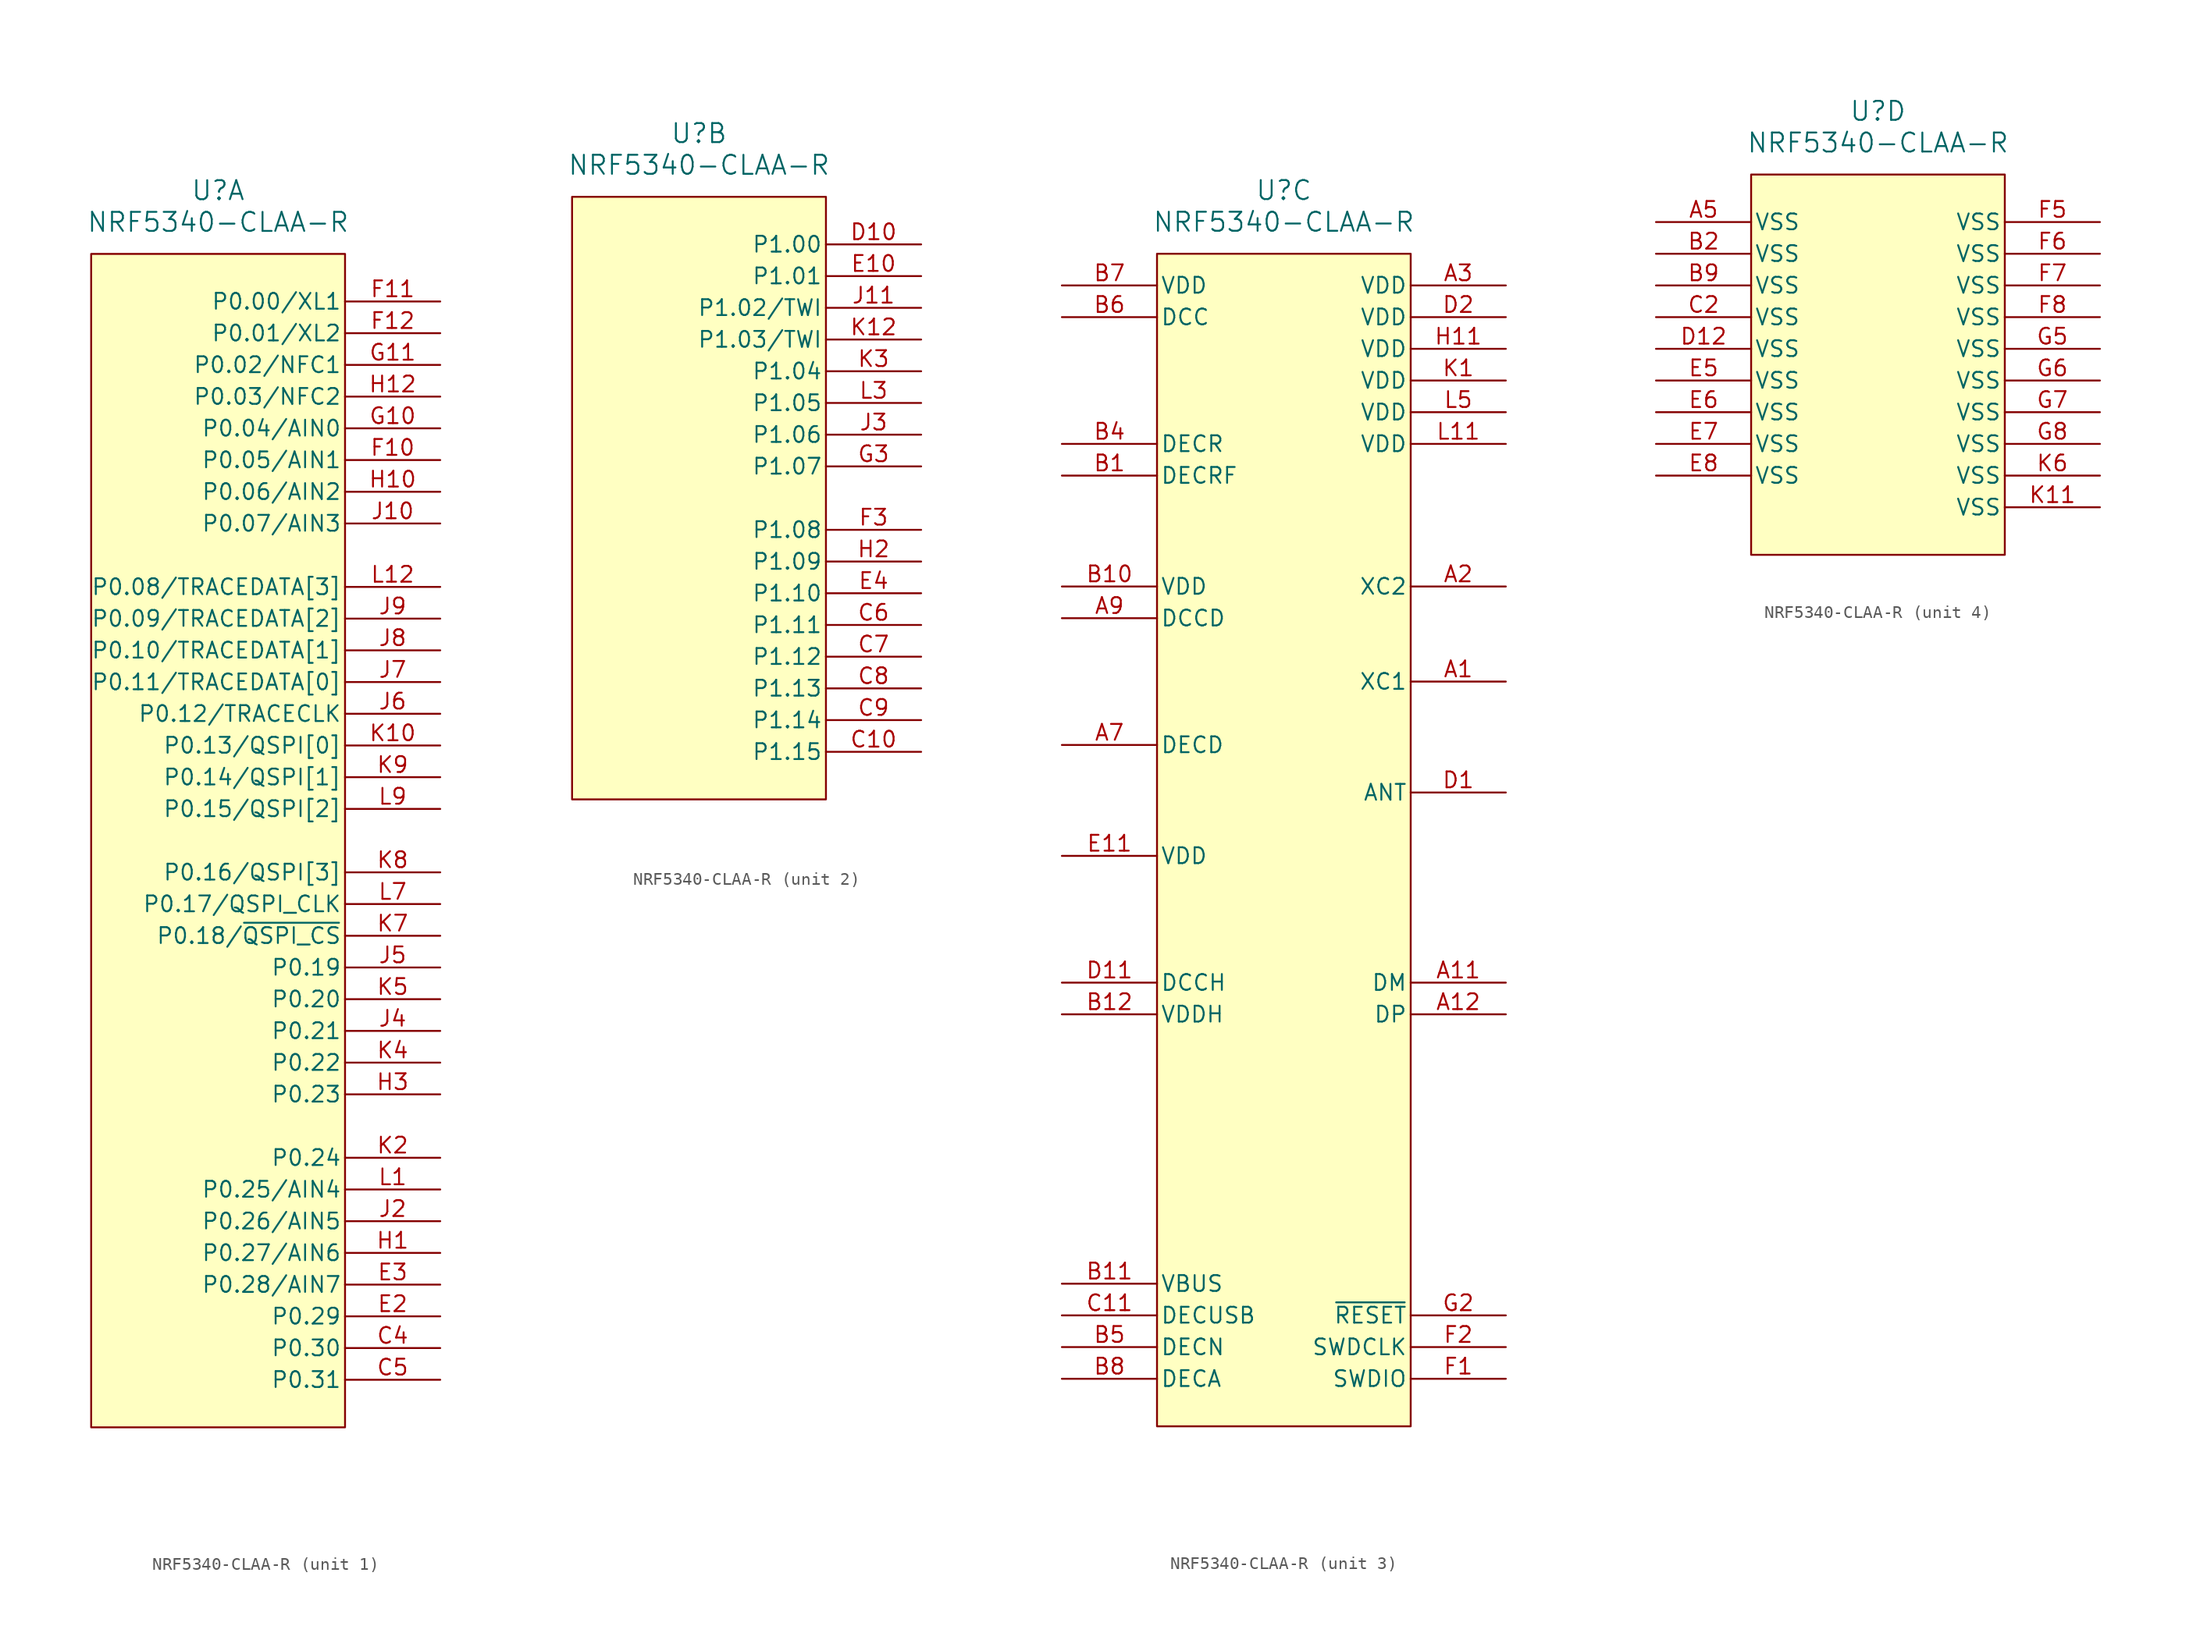
<source format=kicad_sym>
(kicad_symbol_lib
  (version 20220914)
  (generator kicad_symbol_editor)
  (symbol "NRF5340-CLAA-R"
    (pin_names
      (offset 0.254))
    (property "Reference" "U"
      (at 0 52.07 0)
      (do_not_autoplace)
      (effects (font (size 1.524 1.524))))
    (property "Value" "NRF5340-CLAA-R"
      (at 0 49.53 0)
      (do_not_autoplace)
      (effects (font (size 1.524 1.524))))
    (property "ki_locked" ""
      (at 0 0 0)
      (effects (font (size 1.27 1.27))))
    (symbol "NRF5340-CLAA-R_1_1"
      (rectangle (start -10.16 46.99) (end 10.16 -46.99) (stroke (width 0) (type default)) (fill (type background)))
      (pin bidirectional line (at 17.78 -40.64 180) (length 7.62) (name "P0.30" (effects (font (size 1.27 1.27)))) (number "C4" (effects (font (size 1.27 1.27)))))
      (pin bidirectional line (at 17.78 -43.18 180) (length 7.62) (name "P0.31" (effects (font (size 1.27 1.27)))) (number "C5" (effects (font (size 1.27 1.27)))))
      (pin bidirectional line (at 17.78 -38.1 180) (length 7.62) (name "P0.29" (effects (font (size 1.27 1.27)))) (number "E2" (effects (font (size 1.27 1.27)))))
      (pin bidirectional line (at 17.78 -35.56 180) (length 7.62) (name "P0.28/AIN7" (effects (font (size 1.27 1.27)))) (number "E3" (effects (font (size 1.27 1.27)))))
      (pin bidirectional line (at 17.78 30.48 180) (length 7.62) (name "P0.05/AIN1" (effects (font (size 1.27 1.27)))) (number "F10" (effects (font (size 1.27 1.27)))))
      (pin bidirectional line (at 17.78 43.18 180) (length 7.62) (name "P0.00/XL1" (effects (font (size 1.27 1.27)))) (number "F11" (effects (font (size 1.27 1.27)))))
      (pin bidirectional line (at 17.78 40.64 180) (length 7.62) (name "P0.01/XL2" (effects (font (size 1.27 1.27)))) (number "F12" (effects (font (size 1.27 1.27)))))
      (pin bidirectional line (at 17.78 33.02 180) (length 7.62) (name "P0.04/AIN0" (effects (font (size 1.27 1.27)))) (number "G10" (effects (font (size 1.27 1.27)))))
      (pin bidirectional line (at 17.78 38.1 180) (length 7.62) (name "P0.02/NFC1" (effects (font (size 1.27 1.27)))) (number "G11" (effects (font (size 1.27 1.27)))))
      (pin bidirectional line (at 17.78 -33.02 180) (length 7.62) (name "P0.27/AIN6" (effects (font (size 1.27 1.27)))) (number "H1" (effects (font (size 1.27 1.27)))))
      (pin bidirectional line (at 17.78 27.94 180) (length 7.62) (name "P0.06/AIN2" (effects (font (size 1.27 1.27)))) (number "H10" (effects (font (size 1.27 1.27)))))
      (pin bidirectional line (at 17.78 35.56 180) (length 7.62) (name "P0.03/NFC2" (effects (font (size 1.27 1.27)))) (number "H12" (effects (font (size 1.27 1.27)))))
      (pin bidirectional line (at 17.78 -20.32 180) (length 7.62) (name "P0.23" (effects (font (size 1.27 1.27)))) (number "H3" (effects (font (size 1.27 1.27)))))
      (pin bidirectional line (at 17.78 25.4 180) (length 7.62) (name "P0.07/AIN3" (effects (font (size 1.27 1.27)))) (number "J10" (effects (font (size 1.27 1.27)))))
      (pin bidirectional line (at 17.78 -30.48 180) (length 7.62) (name "P0.26/AIN5" (effects (font (size 1.27 1.27)))) (number "J2" (effects (font (size 1.27 1.27)))))
      (pin bidirectional line (at 17.78 -15.24 180) (length 7.62) (name "P0.21" (effects (font (size 1.27 1.27)))) (number "J4" (effects (font (size 1.27 1.27)))))
      (pin bidirectional line (at 17.78 -10.16 180) (length 7.62) (name "P0.19" (effects (font (size 1.27 1.27)))) (number "J5" (effects (font (size 1.27 1.27)))))
      (pin bidirectional line (at 17.78 10.16 180) (length 7.62) (name "P0.12/TRACECLK" (effects (font (size 1.27 1.27)))) (number "J6" (effects (font (size 1.27 1.27)))))
      (pin bidirectional line (at 17.78 12.7 180) (length 7.62) (name "P0.11/TRACEDATA[0]" (effects (font (size 1.27 1.27)))) (number "J7" (effects (font (size 1.27 1.27)))))
      (pin bidirectional line (at 17.78 15.24 180) (length 7.62) (name "P0.10/TRACEDATA[1]" (effects (font (size 1.27 1.27)))) (number "J8" (effects (font (size 1.27 1.27)))))
      (pin bidirectional line (at 17.78 17.78 180) (length 7.62) (name "P0.09/TRACEDATA[2]" (effects (font (size 1.27 1.27)))) (number "J9" (effects (font (size 1.27 1.27)))))
      (pin bidirectional line (at 17.78 7.62 180) (length 7.62) (name "P0.13/QSPI[0]" (effects (font (size 1.27 1.27)))) (number "K10" (effects (font (size 1.27 1.27)))))
      (pin bidirectional line (at 17.78 -25.4 180) (length 7.62) (name "P0.24" (effects (font (size 1.27 1.27)))) (number "K2" (effects (font (size 1.27 1.27)))))
      (pin bidirectional line (at 17.78 -17.78 180) (length 7.62) (name "P0.22" (effects (font (size 1.27 1.27)))) (number "K4" (effects (font (size 1.27 1.27)))))
      (pin bidirectional line (at 17.78 -12.7 180) (length 7.62) (name "P0.20" (effects (font (size 1.27 1.27)))) (number "K5" (effects (font (size 1.27 1.27)))))
      (pin bidirectional line (at 17.78 -7.62 180) (length 7.62) (name "P0.18/~{QSPI_CS}" (effects (font (size 1.27 1.27)))) (number "K7" (effects (font (size 1.27 1.27)))))
      (pin bidirectional line (at 17.78 -2.54 180) (length 7.62) (name "P0.16/QSPI[3]" (effects (font (size 1.27 1.27)))) (number "K8" (effects (font (size 1.27 1.27)))))
      (pin bidirectional line (at 17.78 5.08 180) (length 7.62) (name "P0.14/QSPI[1]" (effects (font (size 1.27 1.27)))) (number "K9" (effects (font (size 1.27 1.27)))))
      (pin bidirectional line (at 17.78 -27.94 180) (length 7.62) (name "P0.25/AIN4" (effects (font (size 1.27 1.27)))) (number "L1" (effects (font (size 1.27 1.27)))))
      (pin bidirectional line (at 17.78 20.32 180) (length 7.62) (name "P0.08/TRACEDATA[3]" (effects (font (size 1.27 1.27)))) (number "L12" (effects (font (size 1.27 1.27)))))
      (pin bidirectional line (at 17.78 -5.08 180) (length 7.62) (name "P0.17/QSPI_CLK" (effects (font (size 1.27 1.27)))) (number "L7" (effects (font (size 1.27 1.27)))))
      (pin bidirectional line (at 17.78 2.54 180) (length 7.62) (name "P0.15/QSPI[2]" (effects (font (size 1.27 1.27)))) (number "L9" (effects (font (size 1.27 1.27))))))
    (symbol "NRF5340-CLAA-R_2_1"
      (rectangle (start -10.16 46.99) (end 10.16 -1.27) (stroke (width 0) (type default)) (fill (type background)))
      (pin bidirectional line (at 17.78 2.54 180) (length 7.62) (name "P1.15" (effects (font (size 1.27 1.27)))) (number "C10" (effects (font (size 1.27 1.27)))))
      (pin bidirectional line (at 17.78 12.7 180) (length 7.62) (name "P1.11" (effects (font (size 1.27 1.27)))) (number "C6" (effects (font (size 1.27 1.27)))))
      (pin bidirectional line (at 17.78 10.16 180) (length 7.62) (name "P1.12" (effects (font (size 1.27 1.27)))) (number "C7" (effects (font (size 1.27 1.27)))))
      (pin bidirectional line (at 17.78 7.62 180) (length 7.62) (name "P1.13" (effects (font (size 1.27 1.27)))) (number "C8" (effects (font (size 1.27 1.27)))))
      (pin bidirectional line (at 17.78 5.08 180) (length 7.62) (name "P1.14" (effects (font (size 1.27 1.27)))) (number "C9" (effects (font (size 1.27 1.27)))))
      (pin bidirectional line (at 17.78 43.18 180) (length 7.62) (name "P1.00" (effects (font (size 1.27 1.27)))) (number "D10" (effects (font (size 1.27 1.27)))))
      (pin bidirectional line (at 17.78 40.64 180) (length 7.62) (name "P1.01" (effects (font (size 1.27 1.27)))) (number "E10" (effects (font (size 1.27 1.27)))))
      (pin bidirectional line (at 17.78 15.24 180) (length 7.62) (name "P1.10" (effects (font (size 1.27 1.27)))) (number "E4" (effects (font (size 1.27 1.27)))))
      (pin bidirectional line (at 17.78 20.32 180) (length 7.62) (name "P1.08" (effects (font (size 1.27 1.27)))) (number "F3" (effects (font (size 1.27 1.27)))))
      (pin bidirectional line (at 17.78 25.4 180) (length 7.62) (name "P1.07" (effects (font (size 1.27 1.27)))) (number "G3" (effects (font (size 1.27 1.27)))))
      (pin bidirectional line (at 17.78 17.78 180) (length 7.62) (name "P1.09" (effects (font (size 1.27 1.27)))) (number "H2" (effects (font (size 1.27 1.27)))))
      (pin bidirectional line (at 17.78 38.1 180) (length 7.62) (name "P1.02/TWI" (effects (font (size 1.27 1.27)))) (number "J11" (effects (font (size 1.27 1.27)))))
      (pin bidirectional line (at 17.78 27.94 180) (length 7.62) (name "P1.06" (effects (font (size 1.27 1.27)))) (number "J3" (effects (font (size 1.27 1.27)))))
      (pin bidirectional line (at 17.78 35.56 180) (length 7.62) (name "P1.03/TWI" (effects (font (size 1.27 1.27)))) (number "K12" (effects (font (size 1.27 1.27)))))
      (pin bidirectional line (at 17.78 33.02 180) (length 7.62) (name "P1.04" (effects (font (size 1.27 1.27)))) (number "K3" (effects (font (size 1.27 1.27)))))
      (pin bidirectional line (at 17.78 30.48 180) (length 7.62) (name "P1.05" (effects (font (size 1.27 1.27)))) (number "L3" (effects (font (size 1.27 1.27))))))
    (symbol "NRF5340-CLAA-R_3_1"
      (rectangle (start -10.16 46.99) (end 10.16 -46.99) (stroke (width 0) (type default)) (fill (type background)))
      (pin input line (at 17.78 12.7 180) (length 7.62) (name "XC1" (effects (font (size 1.27 1.27)))) (number "A1" (effects (font (size 1.27 1.27)))))
      (pin bidirectional line (at 17.78 -11.43 180) (length 7.62) (name "DM" (effects (font (size 1.27 1.27)))) (number "A11" (effects (font (size 1.27 1.27)))))
      (pin bidirectional line (at 17.78 -13.97 180) (length 7.62) (name "DP" (effects (font (size 1.27 1.27)))) (number "A12" (effects (font (size 1.27 1.27)))))
      (pin output line (at 17.78 20.32 180) (length 7.62) (name "XC2" (effects (font (size 1.27 1.27)))) (number "A2" (effects (font (size 1.27 1.27)))))
      (pin power_in line (at 17.78 44.45 180) (length 7.62) (name "VDD" (effects (font (size 1.27 1.27)))) (number "A3" (effects (font (size 1.27 1.27)))))
      (pin passive line (at -17.78 7.62 0) (length 7.62) (name "DECD" (effects (font (size 1.27 1.27)))) (number "A7" (effects (font (size 1.27 1.27)))))
      (pin power_out line (at -17.78 17.78 0) (length 7.62) (name "DCCD" (effects (font (size 1.27 1.27)))) (number "A9" (effects (font (size 1.27 1.27)))))
      (pin passive line (at -17.78 29.21 0) (length 7.62) (name "DECRF" (effects (font (size 1.27 1.27)))) (number "B1" (effects (font (size 1.27 1.27)))))
      (pin power_in line (at -17.78 20.32 0) (length 7.62) (name "VDD" (effects (font (size 1.27 1.27)))) (number "B10" (effects (font (size 1.27 1.27)))))
      (pin power_in line (at -17.78 -35.56 0) (length 7.62) (name "VBUS" (effects (font (size 1.27 1.27)))) (number "B11" (effects (font (size 1.27 1.27)))))
      (pin passive line (at -17.78 -13.97 0) (length 7.62) (name "VDDH" (effects (font (size 1.27 1.27)))) (number "B12" (effects (font (size 1.27 1.27)))))
      (pin passive line (at -17.78 31.75 0) (length 7.62) (name "DECR" (effects (font (size 1.27 1.27)))) (number "B4" (effects (font (size 1.27 1.27)))))
      (pin passive line (at -17.78 -40.64 0) (length 7.62) (name "DECN" (effects (font (size 1.27 1.27)))) (number "B5" (effects (font (size 1.27 1.27)))))
      (pin power_out line (at -17.78 41.91 0) (length 7.62) (name "DCC" (effects (font (size 1.27 1.27)))) (number "B6" (effects (font (size 1.27 1.27)))))
      (pin power_in line (at -17.78 44.45 0) (length 7.62) (name "VDD" (effects (font (size 1.27 1.27)))) (number "B7" (effects (font (size 1.27 1.27)))))
      (pin passive line (at -17.78 -43.18 0) (length 7.62) (name "DECA" (effects (font (size 1.27 1.27)))) (number "B8" (effects (font (size 1.27 1.27)))))
      (pin passive line (at -17.78 -38.1 0) (length 7.62) (name "DECUSB" (effects (font (size 1.27 1.27)))) (number "C11" (effects (font (size 1.27 1.27)))))
      (pin bidirectional line (at 17.78 3.81 180) (length 7.62) (name "ANT" (effects (font (size 1.27 1.27)))) (number "D1" (effects (font (size 1.27 1.27)))))
      (pin power_out line (at -17.78 -11.43 0) (length 7.62) (name "DCCH" (effects (font (size 1.27 1.27)))) (number "D11" (effects (font (size 1.27 1.27)))))
      (pin power_in line (at 17.78 41.91 180) (length 7.62) (name "VDD" (effects (font (size 1.27 1.27)))) (number "D2" (effects (font (size 1.27 1.27)))))
      (pin power_in line (at -17.78 -1.27 0) (length 7.62) (name "VDD" (effects (font (size 1.27 1.27)))) (number "E11" (effects (font (size 1.27 1.27)))))
      (pin bidirectional line (at 17.78 -43.18 180) (length 7.62) (name "SWDIO" (effects (font (size 1.27 1.27)))) (number "F1" (effects (font (size 1.27 1.27)))))
      (pin input line (at 17.78 -40.64 180) (length 7.62) (name "SWDCLK" (effects (font (size 1.27 1.27)))) (number "F2" (effects (font (size 1.27 1.27)))))
      (pin input line (at 17.78 -38.1 180) (length 7.62) (name "~{RESET}" (effects (font (size 1.27 1.27)))) (number "G2" (effects (font (size 1.27 1.27)))))
      (pin power_in line (at 17.78 39.37 180) (length 7.62) (name "VDD" (effects (font (size 1.27 1.27)))) (number "H11" (effects (font (size 1.27 1.27)))))
      (pin power_in line (at 17.78 36.83 180) (length 7.62) (name "VDD" (effects (font (size 1.27 1.27)))) (number "K1" (effects (font (size 1.27 1.27)))))
      (pin power_in line (at 17.78 31.75 180) (length 7.62) (name "VDD" (effects (font (size 1.27 1.27)))) (number "L11" (effects (font (size 1.27 1.27)))))
      (pin power_in line (at 17.78 34.29 180) (length 7.62) (name "VDD" (effects (font (size 1.27 1.27)))) (number "L5" (effects (font (size 1.27 1.27))))))
    (symbol "NRF5340-CLAA-R_4_1"
      (rectangle (start -10.16 46.99) (end 10.16 16.51) (stroke (width 0) (type default)) (fill (type background)))
      (pin power_in line (at -17.78 43.18 0) (length 7.62) (name "VSS" (effects (font (size 1.27 1.27)))) (number "A5" (effects (font (size 1.27 1.27)))))
      (pin power_in line (at -17.78 40.64 0) (length 7.62) (name "VSS" (effects (font (size 1.27 1.27)))) (number "B2" (effects (font (size 1.27 1.27)))))
      (pin power_in line (at -17.78 38.1 0) (length 7.62) (name "VSS" (effects (font (size 1.27 1.27)))) (number "B9" (effects (font (size 1.27 1.27)))))
      (pin power_in line (at -17.78 35.56 0) (length 7.62) (name "VSS" (effects (font (size 1.27 1.27)))) (number "C2" (effects (font (size 1.27 1.27)))))
      (pin power_in line (at -17.78 33.02 0) (length 7.62) (name "VSS" (effects (font (size 1.27 1.27)))) (number "D12" (effects (font (size 1.27 1.27)))))
      (pin power_in line (at -17.78 30.48 0) (length 7.62) (name "VSS" (effects (font (size 1.27 1.27)))) (number "E5" (effects (font (size 1.27 1.27)))))
      (pin power_in line (at -17.78 27.94 0) (length 7.62) (name "VSS" (effects (font (size 1.27 1.27)))) (number "E6" (effects (font (size 1.27 1.27)))))
      (pin power_in line (at -17.78 25.4 0) (length 7.62) (name "VSS" (effects (font (size 1.27 1.27)))) (number "E7" (effects (font (size 1.27 1.27)))))
      (pin power_in line (at -17.78 22.86 0) (length 7.62) (name "VSS" (effects (font (size 1.27 1.27)))) (number "E8" (effects (font (size 1.27 1.27)))))
      (pin power_in line (at 17.78 43.18 180) (length 7.62) (name "VSS" (effects (font (size 1.27 1.27)))) (number "F5" (effects (font (size 1.27 1.27)))))
      (pin power_in line (at 17.78 40.64 180) (length 7.62) (name "VSS" (effects (font (size 1.27 1.27)))) (number "F6" (effects (font (size 1.27 1.27)))))
      (pin power_in line (at 17.78 38.1 180) (length 7.62) (name "VSS" (effects (font (size 1.27 1.27)))) (number "F7" (effects (font (size 1.27 1.27)))))
      (pin power_in line (at 17.78 35.56 180) (length 7.62) (name "VSS" (effects (font (size 1.27 1.27)))) (number "F8" (effects (font (size 1.27 1.27)))))
      (pin power_in line (at 17.78 33.02 180) (length 7.62) (name "VSS" (effects (font (size 1.27 1.27)))) (number "G5" (effects (font (size 1.27 1.27)))))
      (pin power_in line (at 17.78 30.48 180) (length 7.62) (name "VSS" (effects (font (size 1.27 1.27)))) (number "G6" (effects (font (size 1.27 1.27)))))
      (pin power_in line (at 17.78 27.94 180) (length 7.62) (name "VSS" (effects (font (size 1.27 1.27)))) (number "G7" (effects (font (size 1.27 1.27)))))
      (pin power_in line (at 17.78 25.4 180) (length 7.62) (name "VSS" (effects (font (size 1.27 1.27)))) (number "G8" (effects (font (size 1.27 1.27)))))
      (pin power_in line (at 17.78 20.32 180) (length 7.62) (name "VSS" (effects (font (size 1.27 1.27)))) (number "K11" (effects (font (size 1.27 1.27)))))
      (pin power_in line (at 17.78 22.86 180) (length 7.62) (name "VSS" (effects (font (size 1.27 1.27)))) (number "K6" (effects (font (size 1.27 1.27))))))))
</source>
